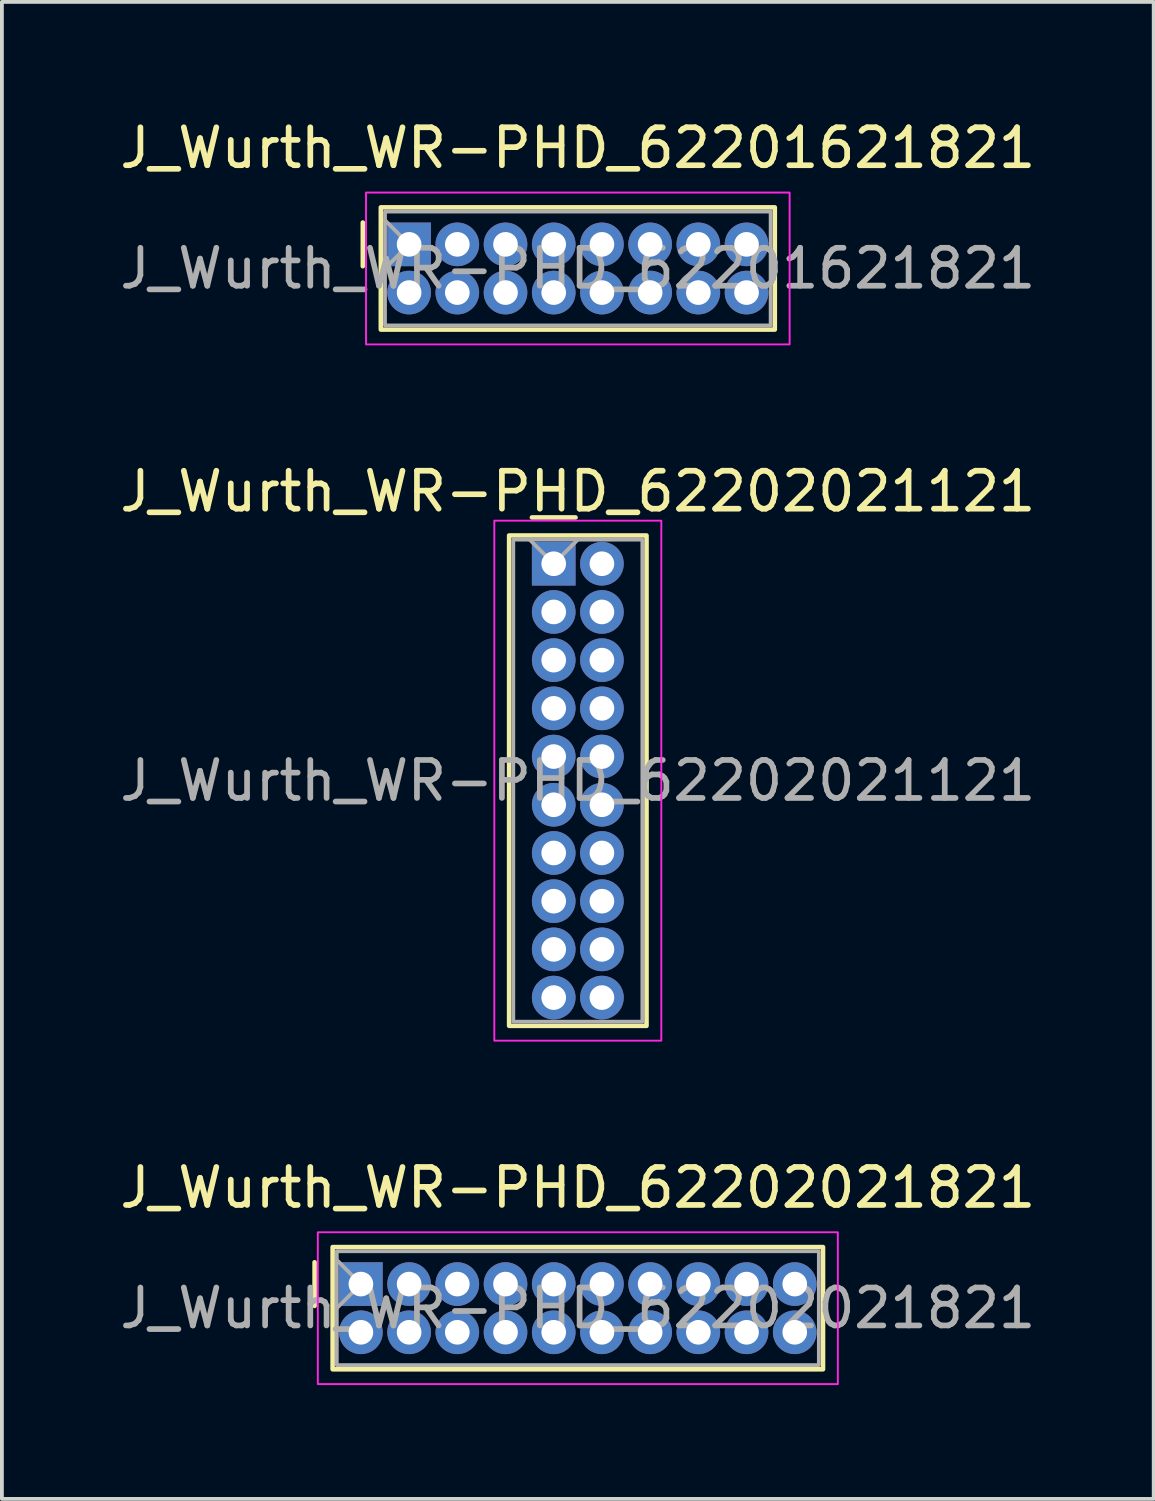
<source format=kicad_pcb>
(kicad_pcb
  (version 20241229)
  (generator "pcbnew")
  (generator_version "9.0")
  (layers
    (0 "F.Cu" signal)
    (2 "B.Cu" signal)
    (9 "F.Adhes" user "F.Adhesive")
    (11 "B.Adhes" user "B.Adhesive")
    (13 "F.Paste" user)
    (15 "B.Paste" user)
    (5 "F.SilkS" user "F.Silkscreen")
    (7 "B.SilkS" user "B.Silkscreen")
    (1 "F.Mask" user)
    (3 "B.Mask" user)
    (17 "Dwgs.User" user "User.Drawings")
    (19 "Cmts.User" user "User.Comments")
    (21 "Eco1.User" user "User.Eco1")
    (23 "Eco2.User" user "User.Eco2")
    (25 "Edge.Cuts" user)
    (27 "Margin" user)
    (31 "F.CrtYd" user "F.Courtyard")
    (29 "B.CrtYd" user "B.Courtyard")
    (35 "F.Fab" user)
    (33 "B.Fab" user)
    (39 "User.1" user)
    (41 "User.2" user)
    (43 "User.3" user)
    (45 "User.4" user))
  (footprint "J_Wurth_WR-PHD_62201621821"
    (layer "F.Cu")
    (at 7.728 3.388)
    (property "Reference" "J_Wurth_WR-PHD_62201621821" (at 4.445 -2.54 0) (unlocked yes) (layer "F.SilkS") (effects (font (size 1 1) (thickness 0.15))))
    (attr through_hole)
    (fp_line (start -1.22 -0.575) (end -1.22 0.575) (stroke (width 0.12) (type solid)) (layer "F.SilkS"))
    (fp_rect (start -0.745 -0.975) (end 9.635 2.245) (stroke (width 0.12) (type solid)) (fill no) (layer "F.SilkS"))
    (fp_rect (start -1.135 -1.365) (end 10.025 2.635) (stroke (width 0.05) (type solid)) (fill no) (layer "F.CrtYd"))
    (fp_line (start -0.635 0.635) (end 0 0) (stroke (width 0.1) (type default)) (layer "F.Fab"))
    (fp_line (start 0 0) (end -0.635 -0.635) (stroke (width 0.1) (type default)) (layer "F.Fab"))
    (fp_rect (start -0.635 -0.865) (end 9.525 2.135) (stroke (width 0.1) (type solid)) (fill no) (layer "F.Fab"))
    (fp_text user "${REFERENCE}" (at 4.445 0.635 0) (unlocked yes) (layer "F.Fab") (effects (font (size 1 1) (thickness 0.15))))
    (pad "1" thru_hole rect (at 0 0 180) (size 1.15 1.15) (drill 0.65) (layers "*.Cu" "*.Mask"))
    (pad "2" thru_hole circle (at 0 1.27 180) (size 1.15 1.15) (drill 0.65) (layers "*.Cu" "*.Mask"))
    (pad "3" thru_hole circle (at 1.27 0 180) (size 1.15 1.15) (drill 0.65) (layers "*.Cu" "*.Mask"))
    (pad "4" thru_hole circle (at 1.27 1.27 180) (size 1.15 1.15) (drill 0.65) (layers "*.Cu" "*.Mask"))
    (pad "5" thru_hole circle (at 2.54 0 180) (size 1.15 1.15) (drill 0.65) (layers "*.Cu" "*.Mask"))
    (pad "6" thru_hole circle (at 2.54 1.27 180) (size 1.15 1.15) (drill 0.65) (layers "*.Cu" "*.Mask"))
    (pad "7" thru_hole circle (at 3.81 0 180) (size 1.15 1.15) (drill 0.65) (layers "*.Cu" "*.Mask"))
    (pad "8" thru_hole circle (at 3.81 1.27 180) (size 1.15 1.15) (drill 0.65) (layers "*.Cu" "*.Mask"))
    (pad "9" thru_hole circle (at 5.08 0 180) (size 1.15 1.15) (drill 0.65) (layers "*.Cu" "*.Mask"))
    (pad "10" thru_hole circle (at 5.08 1.27 180) (size 1.15 1.15) (drill 0.65) (layers "*.Cu" "*.Mask"))
    (pad "11" thru_hole circle (at 6.35 0 180) (size 1.15 1.15) (drill 0.65) (layers "*.Cu" "*.Mask"))
    (pad "12" thru_hole circle (at 6.35 1.27 180) (size 1.15 1.15) (drill 0.65) (layers "*.Cu" "*.Mask"))
    (pad "13" thru_hole circle (at 7.62 0 180) (size 1.15 1.15) (drill 0.65) (layers "*.Cu" "*.Mask"))
    (pad "14" thru_hole circle (at 7.62 1.27 180) (size 1.15 1.15) (drill 0.65) (layers "*.Cu" "*.Mask"))
    (pad "15" thru_hole circle (at 8.89 0 180) (size 1.15 1.15) (drill 0.65) (layers "*.Cu" "*.Mask"))
    (pad "16" thru_hole circle (at 8.89 1.27 180) (size 1.15 1.15) (drill 0.65) (layers "*.Cu" "*.Mask")))
  (footprint "J_Wurth_WR-PHD_62202021121"
    (layer "F.Cu")
    (at 11.538 11.802)
    (property "Reference" "J_Wurth_WR-PHD_62202021121" (at 0.635 -1.905 0) (unlocked yes) (layer "F.SilkS") (effects (font (size 1 1) (thickness 0.15))))
    (attr through_hole)
    (fp_line (start 0.575 -1.22) (end -0.575 -1.22) (stroke (width 0.12) (type solid)) (layer "F.SilkS"))
    (fp_rect (start -1.175 -0.745) (end 2.445 12.175) (stroke (width 0.12) (type solid)) (fill no) (layer "F.SilkS"))
    (fp_rect (start -1.565 -1.135) (end 2.835 12.565) (stroke (width 0.05) (type solid)) (fill no) (layer "F.CrtYd"))
    (fp_line (start 0 0) (end -0.635 -0.635) (stroke (width 0.1) (type default)) (layer "F.Fab"))
    (fp_line (start 0.635 -0.635) (end 0 0) (stroke (width 0.1) (type default)) (layer "F.Fab"))
    (fp_rect (start -1.065 -0.635) (end 2.335 12.065) (stroke (width 0.1) (type solid)) (fill no) (layer "F.Fab"))
    (fp_text user "${REFERENCE}" (at 0.635 5.715 0) (unlocked yes) (layer "F.Fab") (effects (font (size 1 1) (thickness 0.15))))
    (pad "1" thru_hole rect (at 0 0 270) (size 1.15 1.15) (drill 0.65) (layers "*.Cu" "*.Mask"))
    (pad "2" thru_hole circle (at 1.27 0 270) (size 1.15 1.15) (drill 0.65) (layers "*.Cu" "*.Mask"))
    (pad "3" thru_hole circle (at 0 1.27 270) (size 1.15 1.15) (drill 0.65) (layers "*.Cu" "*.Mask"))
    (pad "4" thru_hole circle (at 1.27 1.27 270) (size 1.15 1.15) (drill 0.65) (layers "*.Cu" "*.Mask"))
    (pad "5" thru_hole circle (at 0 2.54 270) (size 1.15 1.15) (drill 0.65) (layers "*.Cu" "*.Mask"))
    (pad "6" thru_hole circle (at 1.27 2.54 270) (size 1.15 1.15) (drill 0.65) (layers "*.Cu" "*.Mask"))
    (pad "7" thru_hole circle (at 0 3.81 270) (size 1.15 1.15) (drill 0.65) (layers "*.Cu" "*.Mask"))
    (pad "8" thru_hole circle (at 1.27 3.81 270) (size 1.15 1.15) (drill 0.65) (layers "*.Cu" "*.Mask"))
    (pad "9" thru_hole circle (at 0 5.08 270) (size 1.15 1.15) (drill 0.65) (layers "*.Cu" "*.Mask"))
    (pad "10" thru_hole circle (at 1.27 5.08 270) (size 1.15 1.15) (drill 0.65) (layers "*.Cu" "*.Mask"))
    (pad "11" thru_hole circle (at 0 6.35 270) (size 1.15 1.15) (drill 0.65) (layers "*.Cu" "*.Mask"))
    (pad "12" thru_hole circle (at 1.27 6.35 270) (size 1.15 1.15) (drill 0.65) (layers "*.Cu" "*.Mask"))
    (pad "13" thru_hole circle (at 0 7.62 270) (size 1.15 1.15) (drill 0.65) (layers "*.Cu" "*.Mask"))
    (pad "14" thru_hole circle (at 1.27 7.62 270) (size 1.15 1.15) (drill 0.65) (layers "*.Cu" "*.Mask"))
    (pad "15" thru_hole circle (at 0 8.89 270) (size 1.15 1.15) (drill 0.65) (layers "*.Cu" "*.Mask"))
    (pad "16" thru_hole circle (at 1.27 8.89 270) (size 1.15 1.15) (drill 0.65) (layers "*.Cu" "*.Mask"))
    (pad "17" thru_hole circle (at 0 10.16 270) (size 1.15 1.15) (drill 0.65) (layers "*.Cu" "*.Mask"))
    (pad "18" thru_hole circle (at 1.27 10.16 270) (size 1.15 1.15) (drill 0.65) (layers "*.Cu" "*.Mask"))
    (pad "19" thru_hole circle (at 0 11.43 270) (size 1.15 1.15) (drill 0.65) (layers "*.Cu" "*.Mask"))
    (pad "20" thru_hole circle (at 1.27 11.43 270) (size 1.15 1.15) (drill 0.65) (layers "*.Cu" "*.Mask")))
  (footprint "J_Wurth_WR-PHD_62202021821"
    (layer "F.Cu")
    (at 6.458 30.78)
    (property "Reference" "J_Wurth_WR-PHD_62202021821" (at 5.715 -2.54 0) (unlocked yes) (layer "F.SilkS") (effects (font (size 1 1) (thickness 0.15))))
    (attr through_hole)
    (fp_line (start -1.22 -0.575) (end -1.22 0.575) (stroke (width 0.12) (type solid)) (layer "F.SilkS"))
    (fp_rect (start -0.745 -0.975) (end 12.175 2.245) (stroke (width 0.12) (type solid)) (fill no) (layer "F.SilkS"))
    (fp_rect (start -1.135 -1.365) (end 12.565 2.635) (stroke (width 0.05) (type solid)) (fill no) (layer "F.CrtYd"))
    (fp_line (start -0.635 0.635) (end 0 0) (stroke (width 0.1) (type default)) (layer "F.Fab"))
    (fp_line (start 0 0) (end -0.635 -0.635) (stroke (width 0.1) (type default)) (layer "F.Fab"))
    (fp_rect (start -0.635 -0.865) (end 12.065 2.135) (stroke (width 0.1) (type solid)) (fill no) (layer "F.Fab"))
    (fp_text user "${REFERENCE}" (at 5.715 0.635 0) (unlocked yes) (layer "F.Fab") (effects (font (size 1 1) (thickness 0.15))))
    (pad "1" thru_hole rect (at 0 0 180) (size 1.15 1.15) (drill 0.65) (layers "*.Cu" "*.Mask"))
    (pad "2" thru_hole circle (at 0 1.27 180) (size 1.15 1.15) (drill 0.65) (layers "*.Cu" "*.Mask"))
    (pad "3" thru_hole circle (at 1.27 0 180) (size 1.15 1.15) (drill 0.65) (layers "*.Cu" "*.Mask"))
    (pad "4" thru_hole circle (at 1.27 1.27 180) (size 1.15 1.15) (drill 0.65) (layers "*.Cu" "*.Mask"))
    (pad "5" thru_hole circle (at 2.54 0 180) (size 1.15 1.15) (drill 0.65) (layers "*.Cu" "*.Mask"))
    (pad "6" thru_hole circle (at 2.54 1.27 180) (size 1.15 1.15) (drill 0.65) (layers "*.Cu" "*.Mask"))
    (pad "7" thru_hole circle (at 3.81 0 180) (size 1.15 1.15) (drill 0.65) (layers "*.Cu" "*.Mask"))
    (pad "8" thru_hole circle (at 3.81 1.27 180) (size 1.15 1.15) (drill 0.65) (layers "*.Cu" "*.Mask"))
    (pad "9" thru_hole circle (at 5.08 0 180) (size 1.15 1.15) (drill 0.65) (layers "*.Cu" "*.Mask"))
    (pad "10" thru_hole circle (at 5.08 1.27 180) (size 1.15 1.15) (drill 0.65) (layers "*.Cu" "*.Mask"))
    (pad "11" thru_hole circle (at 6.35 0 180) (size 1.15 1.15) (drill 0.65) (layers "*.Cu" "*.Mask"))
    (pad "12" thru_hole circle (at 6.35 1.27 180) (size 1.15 1.15) (drill 0.65) (layers "*.Cu" "*.Mask"))
    (pad "13" thru_hole circle (at 7.62 0 180) (size 1.15 1.15) (drill 0.65) (layers "*.Cu" "*.Mask"))
    (pad "14" thru_hole circle (at 7.62 1.27 180) (size 1.15 1.15) (drill 0.65) (layers "*.Cu" "*.Mask"))
    (pad "15" thru_hole circle (at 8.89 0 180) (size 1.15 1.15) (drill 0.65) (layers "*.Cu" "*.Mask"))
    (pad "16" thru_hole circle (at 8.89 1.27 180) (size 1.15 1.15) (drill 0.65) (layers "*.Cu" "*.Mask"))
    (pad "17" thru_hole circle (at 10.16 0 180) (size 1.15 1.15) (drill 0.65) (layers "*.Cu" "*.Mask"))
    (pad "18" thru_hole circle (at 10.16 1.27 180) (size 1.15 1.15) (drill 0.65) (layers "*.Cu" "*.Mask"))
    (pad "19" thru_hole circle (at 11.43 0 180) (size 1.15 1.15) (drill 0.65) (layers "*.Cu" "*.Mask"))
    (pad "20" thru_hole circle (at 11.43 1.27 180) (size 1.15 1.15) (drill 0.65) (layers "*.Cu" "*.Mask")))
  (gr_rect
    (start -3 -3)
    (end 27.345 36.44)
    (stroke (width 0.1) (type default))
    (fill no)
    (layer "Edge.Cuts")))
</source>
